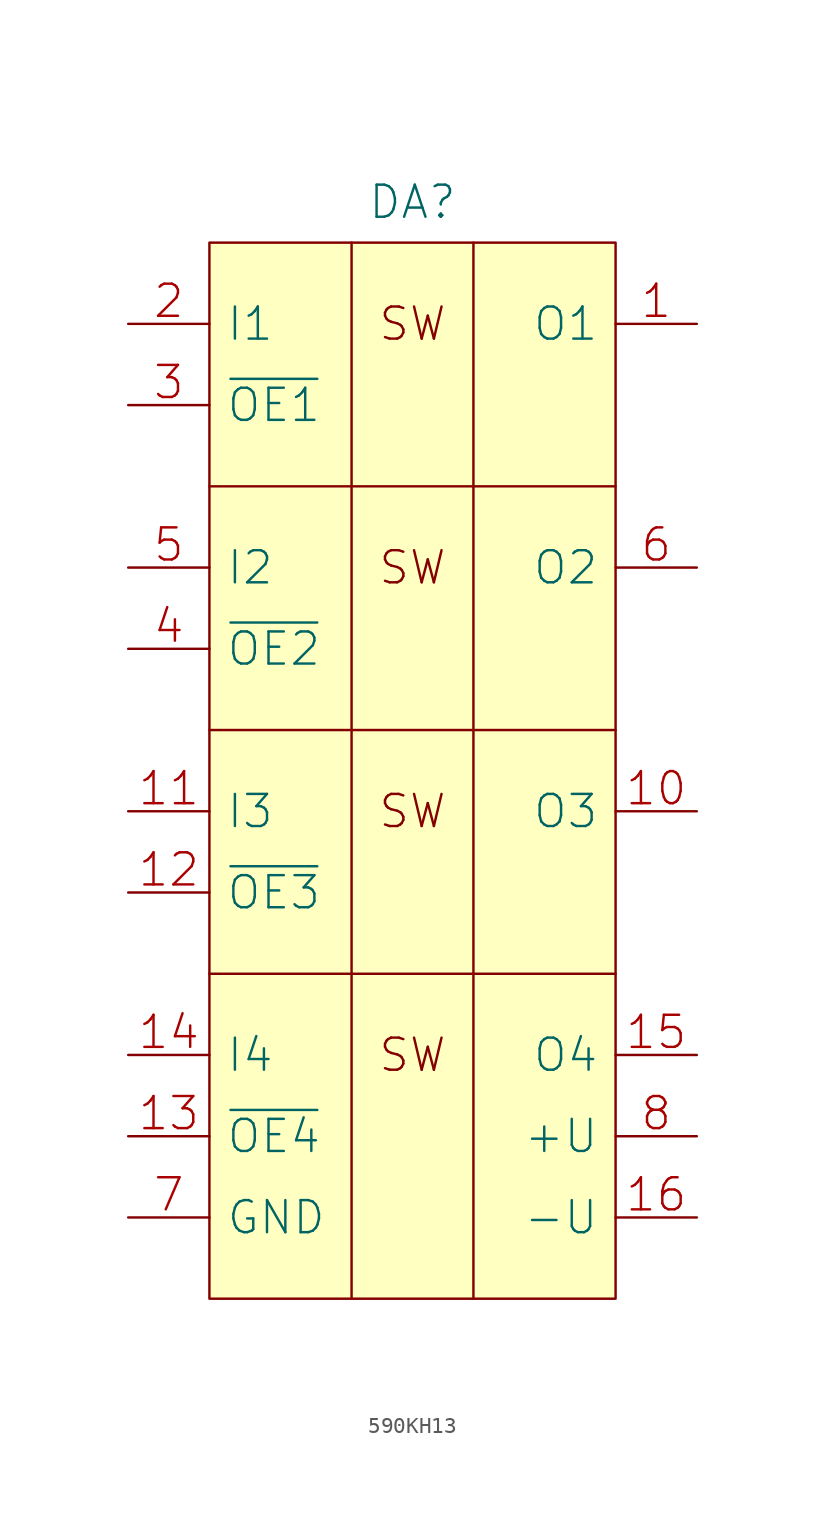
<source format=kicad_sym>
(kicad_symbol_lib
  (version 20231120)
  (generator "kicad_symbol_editor")
  (generator_version "8.0")
  (symbol "590КН13"
    (pin_names
      (offset 1.016))
    (property "Reference" "DA"
      (at 0 35.56 0)
      (effects (font (size 2.007 2.007))))
    (symbol "590КН13_0_0"
      (text "SW" (at 0 -17.78 0) (effects (font (size 2.007 2.007))))
      (text "SW" (at 0 -2.54 0) (effects (font (size 2.007 2.007))))
      (text "SW" (at 0 12.7 0) (effects (font (size 2.007 2.007))))
      (text "SW" (at 0 27.94 0) (effects (font (size 2.007 2.007)))))
    (symbol "590КН13_0_1"
      (rectangle (start -12.7 33.02) (end 12.7 -33.02) (stroke (width 0) (type solid)) (fill (type background)))
      (polyline (pts (xy -12.7 -12.7) (xy 12.7 -12.7)) (stroke (width 0) (type solid)) (fill (type none)))
      (polyline (pts (xy -12.7 2.54) (xy 12.7 2.54)) (stroke (width 0) (type solid)) (fill (type none)))
      (polyline (pts (xy -12.7 17.78) (xy 12.7 17.78)) (stroke (width 0) (type solid)) (fill (type none)))
      (polyline (pts (xy -3.81 33.02) (xy -3.81 -33.02)) (stroke (width 0) (type solid)) (fill (type none)))
      (polyline (pts (xy 3.81 33.02) (xy 3.81 -33.02)) (stroke (width 0) (type solid)) (fill (type none))))
    (symbol "590КН13_1_1"
      (pin tri_state line (at 17.78 27.94 180) (length 5.08) (name "O1" (effects (font (size 2.007 2.007)))) (number "1" (effects (font (size 2.007 2.007)))))
      (pin tri_state line (at 17.78 -2.54 180) (length 5.08) (name "O3" (effects (font (size 2.007 2.007)))) (number "10" (effects (font (size 2.007 2.007)))))
      (pin input line (at -17.78 -2.54 0) (length 5.08) (name "I3" (effects (font (size 2.007 2.007)))) (number "11" (effects (font (size 2.007 2.007)))))
      (pin input line (at -17.78 -7.62 0) (length 5.08) (name "~{OE3}" (effects (font (size 2.007 2.007)))) (number "12" (effects (font (size 2.007 2.007)))))
      (pin input line (at -17.78 -22.86 0) (length 5.08) (name "~{OE4}" (effects (font (size 2.007 2.007)))) (number "13" (effects (font (size 2.007 2.007)))))
      (pin input line (at -17.78 -17.78 0) (length 5.08) (name "I4" (effects (font (size 2.007 2.007)))) (number "14" (effects (font (size 2.007 2.007)))))
      (pin tri_state line (at 17.78 -17.78 180) (length 5.08) (name "O4" (effects (font (size 2.007 2.007)))) (number "15" (effects (font (size 2.007 2.007)))))
      (pin power_in line (at 17.78 -27.94 180) (length 5.08) (name "-U" (effects (font (size 2.007 2.007)))) (number "16" (effects (font (size 2.007 2.007)))))
      (pin input line (at -17.78 27.94 0) (length 5.08) (name "I1" (effects (font (size 2.007 2.007)))) (number "2" (effects (font (size 2.007 2.007)))))
      (pin input line (at -17.78 22.86 0) (length 5.08) (name "~{OE1}" (effects (font (size 2.007 2.007)))) (number "3" (effects (font (size 2.007 2.007)))))
      (pin input line (at -17.78 7.62 0) (length 5.08) (name "~{OE2}" (effects (font (size 2.007 2.007)))) (number "4" (effects (font (size 2.007 2.007)))))
      (pin input line (at -17.78 12.7 0) (length 5.08) (name "I2" (effects (font (size 2.007 2.007)))) (number "5" (effects (font (size 2.007 2.007)))))
      (pin tri_state line (at 17.78 12.7 180) (length 5.08) (name "O2" (effects (font (size 2.007 2.007)))) (number "6" (effects (font (size 2.007 2.007)))))
      (pin power_in line (at -17.78 -27.94 0) (length 5.08) (name "GND" (effects (font (size 2.007 2.007)))) (number "7" (effects (font (size 2.007 2.007)))))
      (pin power_in line (at 17.78 -22.86 180) (length 5.08) (name "+U" (effects (font (size 2.007 2.007)))) (number "8" (effects (font (size 2.007 2.007))))))))
</source>
